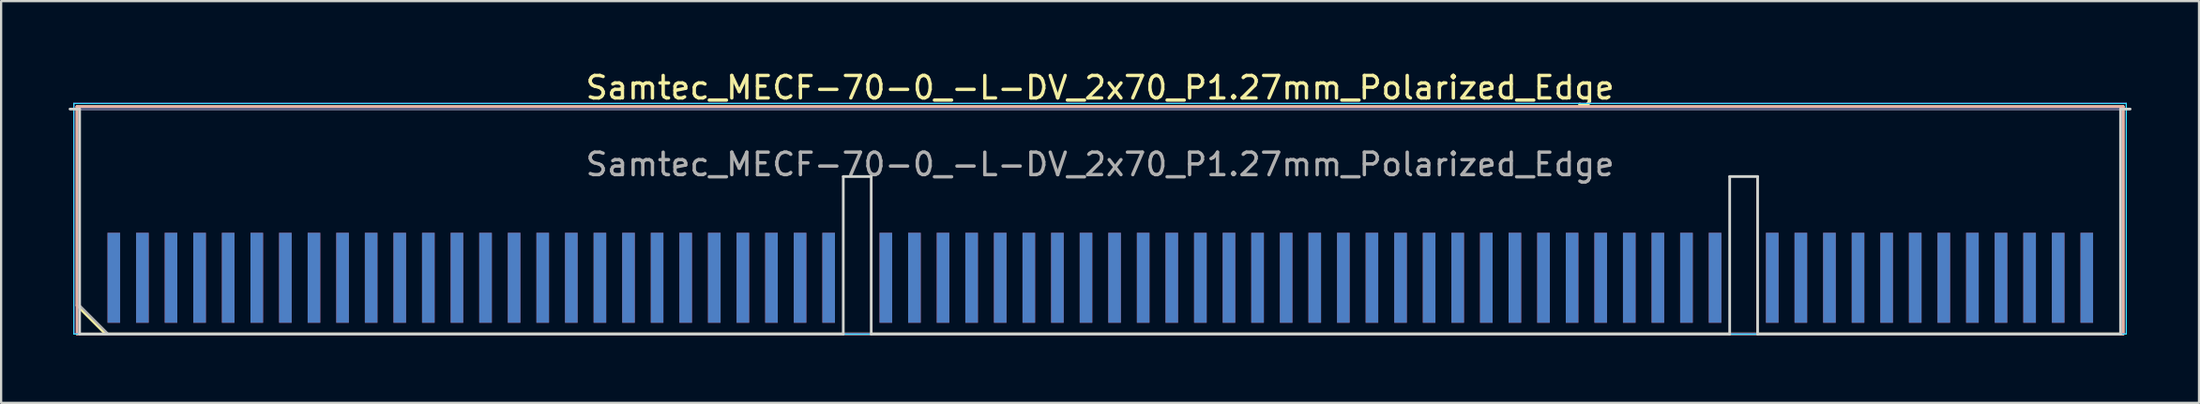
<source format=kicad_pcb>
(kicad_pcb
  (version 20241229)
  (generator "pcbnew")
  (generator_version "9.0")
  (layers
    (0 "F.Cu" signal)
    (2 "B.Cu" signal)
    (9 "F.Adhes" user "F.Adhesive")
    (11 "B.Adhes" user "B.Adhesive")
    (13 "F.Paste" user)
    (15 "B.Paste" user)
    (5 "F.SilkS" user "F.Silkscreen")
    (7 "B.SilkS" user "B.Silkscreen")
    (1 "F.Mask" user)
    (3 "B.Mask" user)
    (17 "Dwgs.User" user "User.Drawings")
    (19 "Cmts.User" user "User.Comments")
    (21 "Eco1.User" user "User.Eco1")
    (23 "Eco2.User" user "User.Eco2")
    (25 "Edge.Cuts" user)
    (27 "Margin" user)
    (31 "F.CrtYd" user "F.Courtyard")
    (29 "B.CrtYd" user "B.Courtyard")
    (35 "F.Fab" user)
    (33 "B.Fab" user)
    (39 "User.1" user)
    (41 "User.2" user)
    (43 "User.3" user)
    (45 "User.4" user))
  (footprint "Samtec_MECF-70-0_-L-DV_2x70_P1.27mm_Polarized_Edge"
    (layer "F.Cu")
    (at 45.81 6.798)
    (property "Reference" "Samtec_MECF-70-0_-L-DV_2x70_P1.27mm_Polarized_Edge" (at 0 -5.95 0) (layer "F.SilkS") (effects (font (size 1 1) (thickness 0.15))))
    (attr exclude_from_pos_files exclude_from_bom)
    (fp_line (start -45.44 -5.11) (end 45.44 -5.11) (stroke (width 0.12) (type solid)) (layer "F.SilkS"))
    (fp_line (start -45.44 3.73) (end -45.44 -5.11) (stroke (width 0.12) (type solid)) (layer "F.SilkS"))
    (fp_line (start -44.17 5) (end -45.44 3.73) (stroke (width 0.12) (type solid)) (layer "F.SilkS"))
    (fp_line (start -44.17 5) (end 45.44 5) (stroke (width 0.12) (type solid)) (layer "F.SilkS"))
    (fp_line (start 45.44 5) (end 45.44 -5.11) (stroke (width 0.12) (type solid)) (layer "F.SilkS"))
    (fp_line (start -45.44 -5.11) (end 45.44 -5.11) (stroke (width 0.12) (type solid)) (layer "B.SilkS"))
    (fp_line (start -45.44 5) (end -45.44 -5.11) (stroke (width 0.12) (type solid)) (layer "B.SilkS"))
    (fp_line (start -45.44 5) (end 45.44 5) (stroke (width 0.12) (type solid)) (layer "B.SilkS"))
    (fp_line (start 45.44 5) (end 45.44 -5.11) (stroke (width 0.12) (type solid)) (layer "B.SilkS"))
    (fp_line (start -45.75 -5) (end -45.325 -5) (stroke (width 0.12) (type solid)) (layer "Edge.Cuts"))
    (fp_line (start -45.325 5) (end -45.325 -5) (stroke (width 0.12) (type solid)) (layer "Edge.Cuts"))
    (fp_line (start -45.325 5) (end -11.405 5) (stroke (width 0.12) (type solid)) (layer "Edge.Cuts"))
    (fp_line (start -11.405 -2) (end -10.165 -2) (stroke (width 0.12) (type solid)) (layer "Edge.Cuts"))
    (fp_line (start -11.405 5) (end -11.405 -2) (stroke (width 0.12) (type solid)) (layer "Edge.Cuts"))
    (fp_line (start -10.165 5) (end -10.165 -2) (stroke (width 0.12) (type solid)) (layer "Edge.Cuts"))
    (fp_line (start -10.165 5) (end 27.965 5) (stroke (width 0.12) (type solid)) (layer "Edge.Cuts"))
    (fp_line (start 27.965 -2) (end 29.205 -2) (stroke (width 0.12) (type solid)) (layer "Edge.Cuts"))
    (fp_line (start 27.965 5) (end 27.965 -2) (stroke (width 0.12) (type solid)) (layer "Edge.Cuts"))
    (fp_line (start 29.205 5) (end 29.205 -2) (stroke (width 0.12) (type solid)) (layer "Edge.Cuts"))
    (fp_line (start 29.205 5) (end 45.325 5) (stroke (width 0.12) (type solid)) (layer "Edge.Cuts"))
    (fp_line (start 45.325 5) (end 45.325 -5) (stroke (width 0.12) (type solid)) (layer "Edge.Cuts"))
    (fp_line (start 45.75 -5) (end 45.325 -5) (stroke (width 0.12) (type solid)) (layer "Edge.Cuts"))
    (fp_line (start -45.58 -5.25) (end -45.58 5) (stroke (width 0.05) (type solid)) (layer "B.CrtYd"))
    (fp_line (start -45.58 5) (end 45.58 5) (stroke (width 0.05) (type solid)) (layer "B.CrtYd"))
    (fp_line (start 45.58 -5.25) (end -45.58 -5.25) (stroke (width 0.05) (type solid)) (layer "B.CrtYd"))
    (fp_line (start 45.58 5) (end 45.58 -5.25) (stroke (width 0.05) (type solid)) (layer "B.CrtYd"))
    (fp_line (start -45.58 -5.25) (end -45.58 5) (stroke (width 0.05) (type solid)) (layer "F.CrtYd"))
    (fp_line (start -45.58 5) (end 45.58 5) (stroke (width 0.05) (type solid)) (layer "F.CrtYd"))
    (fp_line (start 45.58 -5.25) (end -45.58 -5.25) (stroke (width 0.05) (type solid)) (layer "F.CrtYd"))
    (fp_line (start 45.58 5) (end 45.58 -5.25) (stroke (width 0.05) (type solid)) (layer "F.CrtYd"))
    (fp_line (start -45.325 -5) (end 45.325 -5) (stroke (width 0.1) (type solid)) (layer "B.Fab"))
    (fp_line (start -45.325 5) (end -45.325 -5) (stroke (width 0.1) (type solid)) (layer "B.Fab"))
    (fp_line (start -45.325 5) (end 45.325 5) (stroke (width 0.1) (type solid)) (layer "B.Fab"))
    (fp_line (start 45.325 5) (end 45.325 -5) (stroke (width 0.1) (type solid)) (layer "B.Fab"))
    (fp_line (start -45.325 -5) (end 45.325 -5) (stroke (width 0.1) (type solid)) (layer "F.Fab"))
    (fp_line (start -45.325 3.73) (end -45.325 -5) (stroke (width 0.1) (type solid)) (layer "F.Fab"))
    (fp_line (start -45.325 3.73) (end -44.055 5) (stroke (width 0.1) (type solid)) (layer "F.Fab"))
    (fp_line (start -44.055 5) (end 45.325 5) (stroke (width 0.1) (type solid)) (layer "F.Fab"))
    (fp_line (start 45.325 5) (end 45.325 -5) (stroke (width 0.1) (type solid)) (layer "F.Fab"))
    (fp_text user "${REFERENCE}" (at 0 -2.54 0) (layer "F.Fab") (effects (font (size 1 1) (thickness 0.15))))
    (pad "1" connect rect (at -43.805 2.5) (size 0.56 4) (layers "F.Cu" "F.Mask"))
    (pad "2" connect rect (at -43.805 2.5) (size 0.56 4) (layers "B.Cu" "B.Mask"))
    (pad "3" connect rect (at -42.535 2.5) (size 0.56 4) (layers "F.Cu" "F.Mask"))
    (pad "4" connect rect (at -42.535 2.5) (size 0.56 4) (layers "B.Cu" "B.Mask"))
    (pad "5" connect rect (at -41.265 2.5) (size 0.56 4) (layers "F.Cu" "F.Mask"))
    (pad "6" connect rect (at -41.265 2.5) (size 0.56 4) (layers "B.Cu" "B.Mask"))
    (pad "7" connect rect (at -39.995 2.5) (size 0.56 4) (layers "F.Cu" "F.Mask"))
    (pad "8" connect rect (at -39.995 2.5) (size 0.56 4) (layers "B.Cu" "B.Mask"))
    (pad "9" connect rect (at -38.725 2.5) (size 0.56 4) (layers "F.Cu" "F.Mask"))
    (pad "10" connect rect (at -38.725 2.5) (size 0.56 4) (layers "B.Cu" "B.Mask"))
    (pad "11" connect rect (at -37.455 2.5) (size 0.56 4) (layers "F.Cu" "F.Mask"))
    (pad "12" connect rect (at -37.455 2.5) (size 0.56 4) (layers "B.Cu" "B.Mask"))
    (pad "13" connect rect (at -36.185 2.5) (size 0.56 4) (layers "F.Cu" "F.Mask"))
    (pad "14" connect rect (at -36.185 2.5) (size 0.56 4) (layers "B.Cu" "B.Mask"))
    (pad "15" connect rect (at -34.915 2.5) (size 0.56 4) (layers "F.Cu" "F.Mask"))
    (pad "16" connect rect (at -34.915 2.5) (size 0.56 4) (layers "B.Cu" "B.Mask"))
    (pad "17" connect rect (at -33.645 2.5) (size 0.56 4) (layers "F.Cu" "F.Mask"))
    (pad "18" connect rect (at -33.645 2.5) (size 0.56 4) (layers "B.Cu" "B.Mask"))
    (pad "19" connect rect (at -32.375 2.5) (size 0.56 4) (layers "F.Cu" "F.Mask"))
    (pad "20" connect rect (at -32.375 2.5) (size 0.56 4) (layers "B.Cu" "B.Mask"))
    (pad "21" connect rect (at -31.105 2.5) (size 0.56 4) (layers "F.Cu" "F.Mask"))
    (pad "22" connect rect (at -31.105 2.5) (size 0.56 4) (layers "B.Cu" "B.Mask"))
    (pad "23" connect rect (at -29.835 2.5) (size 0.56 4) (layers "F.Cu" "F.Mask"))
    (pad "24" connect rect (at -29.835 2.5) (size 0.56 4) (layers "B.Cu" "B.Mask"))
    (pad "25" connect rect (at -28.565 2.5) (size 0.56 4) (layers "F.Cu" "F.Mask"))
    (pad "26" connect rect (at -28.565 2.5) (size 0.56 4) (layers "B.Cu" "B.Mask"))
    (pad "27" connect rect (at -27.295 2.5) (size 0.56 4) (layers "F.Cu" "F.Mask"))
    (pad "28" connect rect (at -27.295 2.5) (size 0.56 4) (layers "B.Cu" "B.Mask"))
    (pad "29" connect rect (at -26.025 2.5) (size 0.56 4) (layers "F.Cu" "F.Mask"))
    (pad "30" connect rect (at -26.025 2.5) (size 0.56 4) (layers "B.Cu" "B.Mask"))
    (pad "31" connect rect (at -24.755 2.5) (size 0.56 4) (layers "F.Cu" "F.Mask"))
    (pad "32" connect rect (at -24.755 2.5) (size 0.56 4) (layers "B.Cu" "B.Mask"))
    (pad "33" connect rect (at -23.485 2.5) (size 0.56 4) (layers "F.Cu" "F.Mask"))
    (pad "34" connect rect (at -23.485 2.5) (size 0.56 4) (layers "B.Cu" "B.Mask"))
    (pad "35" connect rect (at -22.215 2.5) (size 0.56 4) (layers "F.Cu" "F.Mask"))
    (pad "36" connect rect (at -22.215 2.5) (size 0.56 4) (layers "B.Cu" "B.Mask"))
    (pad "37" connect rect (at -20.945 2.5) (size 0.56 4) (layers "F.Cu" "F.Mask"))
    (pad "38" connect rect (at -20.945 2.5) (size 0.56 4) (layers "B.Cu" "B.Mask"))
    (pad "39" connect rect (at -19.675 2.5) (size 0.56 4) (layers "F.Cu" "F.Mask"))
    (pad "40" connect rect (at -19.675 2.5) (size 0.56 4) (layers "B.Cu" "B.Mask"))
    (pad "41" connect rect (at -18.405 2.5) (size 0.56 4) (layers "F.Cu" "F.Mask"))
    (pad "42" connect rect (at -18.405 2.5) (size 0.56 4) (layers "B.Cu" "B.Mask"))
    (pad "43" connect rect (at -17.135 2.5) (size 0.56 4) (layers "F.Cu" "F.Mask"))
    (pad "44" connect rect (at -17.135 2.5) (size 0.56 4) (layers "B.Cu" "B.Mask"))
    (pad "45" connect rect (at -15.865 2.5) (size 0.56 4) (layers "F.Cu" "F.Mask"))
    (pad "46" connect rect (at -15.865 2.5) (size 0.56 4) (layers "B.Cu" "B.Mask"))
    (pad "47" connect rect (at -14.595 2.5) (size 0.56 4) (layers "F.Cu" "F.Mask"))
    (pad "48" connect rect (at -14.595 2.5) (size 0.56 4) (layers "B.Cu" "B.Mask"))
    (pad "49" connect rect (at -13.325 2.5) (size 0.56 4) (layers "F.Cu" "F.Mask"))
    (pad "50" connect rect (at -13.325 2.5) (size 0.56 4) (layers "B.Cu" "B.Mask"))
    (pad "51" connect rect (at -12.055 2.5) (size 0.56 4) (layers "F.Cu" "F.Mask"))
    (pad "52" connect rect (at -12.055 2.5) (size 0.56 4) (layers "B.Cu" "B.Mask"))
    (pad "55" connect rect (at -9.515 2.5) (size 0.56 4) (layers "F.Cu" "F.Mask"))
    (pad "56" connect rect (at -9.515 2.5) (size 0.56 4) (layers "B.Cu" "B.Mask"))
    (pad "57" connect rect (at -8.245 2.5) (size 0.56 4) (layers "F.Cu" "F.Mask"))
    (pad "58" connect rect (at -8.245 2.5) (size 0.56 4) (layers "B.Cu" "B.Mask"))
    (pad "59" connect rect (at -6.975 2.5) (size 0.56 4) (layers "F.Cu" "F.Mask"))
    (pad "60" connect rect (at -6.975 2.5) (size 0.56 4) (layers "B.Cu" "B.Mask"))
    (pad "61" connect rect (at -5.705 2.5) (size 0.56 4) (layers "F.Cu" "F.Mask"))
    (pad "62" connect rect (at -5.705 2.5) (size 0.56 4) (layers "B.Cu" "B.Mask"))
    (pad "63" connect rect (at -4.435 2.5) (size 0.56 4) (layers "F.Cu" "F.Mask"))
    (pad "64" connect rect (at -4.435 2.5) (size 0.56 4) (layers "B.Cu" "B.Mask"))
    (pad "65" connect rect (at -3.165 2.5) (size 0.56 4) (layers "F.Cu" "F.Mask"))
    (pad "66" connect rect (at -3.165 2.5) (size 0.56 4) (layers "B.Cu" "B.Mask"))
    (pad "67" connect rect (at -1.895 2.5) (size 0.56 4) (layers "F.Cu" "F.Mask"))
    (pad "68" connect rect (at -1.895 2.5) (size 0.56 4) (layers "B.Cu" "B.Mask"))
    (pad "69" connect rect (at -0.625 2.5) (size 0.56 4) (layers "F.Cu" "F.Mask"))
    (pad "70" connect rect (at -0.625 2.5) (size 0.56 4) (layers "B.Cu" "B.Mask"))
    (pad "71" connect rect (at 0.645 2.5) (size 0.56 4) (layers "F.Cu" "F.Mask"))
    (pad "72" connect rect (at 0.645 2.5) (size 0.56 4) (layers "B.Cu" "B.Mask"))
    (pad "73" connect rect (at 1.915 2.5) (size 0.56 4) (layers "F.Cu" "F.Mask"))
    (pad "74" connect rect (at 1.915 2.5) (size 0.56 4) (layers "B.Cu" "B.Mask"))
    (pad "75" connect rect (at 3.185 2.5) (size 0.56 4) (layers "F.Cu" "F.Mask"))
    (pad "76" connect rect (at 3.185 2.5) (size 0.56 4) (layers "B.Cu" "B.Mask"))
    (pad "77" connect rect (at 4.455 2.5) (size 0.56 4) (layers "F.Cu" "F.Mask"))
    (pad "78" connect rect (at 4.455 2.5) (size 0.56 4) (layers "B.Cu" "B.Mask"))
    (pad "79" connect rect (at 5.725 2.5) (size 0.56 4) (layers "F.Cu" "F.Mask"))
    (pad "80" connect rect (at 5.725 2.5) (size 0.56 4) (layers "B.Cu" "B.Mask"))
    (pad "81" connect rect (at 6.995 2.5) (size 0.56 4) (layers "F.Cu" "F.Mask"))
    (pad "82" connect rect (at 6.995 2.5) (size 0.56 4) (layers "B.Cu" "B.Mask"))
    (pad "83" connect rect (at 8.265 2.5) (size 0.56 4) (layers "F.Cu" "F.Mask"))
    (pad "84" connect rect (at 8.265 2.5) (size 0.56 4) (layers "B.Cu" "B.Mask"))
    (pad "85" connect rect (at 9.535 2.5) (size 0.56 4) (layers "F.Cu" "F.Mask"))
    (pad "86" connect rect (at 9.535 2.5) (size 0.56 4) (layers "B.Cu" "B.Mask"))
    (pad "87" connect rect (at 10.805 2.5) (size 0.56 4) (layers "F.Cu" "F.Mask"))
    (pad "88" connect rect (at 10.805 2.5) (size 0.56 4) (layers "B.Cu" "B.Mask"))
    (pad "89" connect rect (at 12.075 2.5) (size 0.56 4) (layers "F.Cu" "F.Mask"))
    (pad "90" connect rect (at 12.075 2.5) (size 0.56 4) (layers "B.Cu" "B.Mask"))
    (pad "91" connect rect (at 13.345 2.5) (size 0.56 4) (layers "F.Cu" "F.Mask"))
    (pad "92" connect rect (at 13.345 2.5) (size 0.56 4) (layers "B.Cu" "B.Mask"))
    (pad "93" connect rect (at 14.615 2.5) (size 0.56 4) (layers "F.Cu" "F.Mask"))
    (pad "94" connect rect (at 14.615 2.5) (size 0.56 4) (layers "B.Cu" "B.Mask"))
    (pad "95" connect rect (at 15.885 2.5) (size 0.56 4) (layers "F.Cu" "F.Mask"))
    (pad "96" connect rect (at 15.885 2.5) (size 0.56 4) (layers "B.Cu" "B.Mask"))
    (pad "97" connect rect (at 17.155 2.5) (size 0.56 4) (layers "F.Cu" "F.Mask"))
    (pad "98" connect rect (at 17.155 2.5) (size 0.56 4) (layers "B.Cu" "B.Mask"))
    (pad "99" connect rect (at 18.425 2.5) (size 0.56 4) (layers "F.Cu" "F.Mask"))
    (pad "100" connect rect (at 18.425 2.5) (size 0.56 4) (layers "B.Cu" "B.Mask"))
    (pad "101" connect rect (at 19.695 2.5) (size 0.56 4) (layers "F.Cu" "F.Mask"))
    (pad "102" connect rect (at 19.695 2.5) (size 0.56 4) (layers "B.Cu" "B.Mask"))
    (pad "103" connect rect (at 20.965 2.5) (size 0.56 4) (layers "F.Cu" "F.Mask"))
    (pad "104" connect rect (at 20.965 2.5) (size 0.56 4) (layers "B.Cu" "B.Mask"))
    (pad "105" connect rect (at 22.235 2.5) (size 0.56 4) (layers "F.Cu" "F.Mask"))
    (pad "106" connect rect (at 22.235 2.5) (size 0.56 4) (layers "B.Cu" "B.Mask"))
    (pad "107" connect rect (at 23.505 2.5) (size 0.56 4) (layers "F.Cu" "F.Mask"))
    (pad "108" connect rect (at 23.505 2.5) (size 0.56 4) (layers "B.Cu" "B.Mask"))
    (pad "109" connect rect (at 24.775 2.5) (size 0.56 4) (layers "F.Cu" "F.Mask"))
    (pad "110" connect rect (at 24.775 2.5) (size 0.56 4) (layers "B.Cu" "B.Mask"))
    (pad "111" connect rect (at 26.045 2.5) (size 0.56 4) (layers "F.Cu" "F.Mask"))
    (pad "112" connect rect (at 26.045 2.5) (size 0.56 4) (layers "B.Cu" "B.Mask"))
    (pad "113" connect rect (at 27.315 2.5) (size 0.56 4) (layers "F.Cu" "F.Mask"))
    (pad "114" connect rect (at 27.315 2.5) (size 0.56 4) (layers "B.Cu" "B.Mask"))
    (pad "117" connect rect (at 29.855 2.5) (size 0.56 4) (layers "F.Cu" "F.Mask"))
    (pad "118" connect rect (at 29.855 2.5) (size 0.56 4) (layers "B.Cu" "B.Mask"))
    (pad "119" connect rect (at 31.125 2.5) (size 0.56 4) (layers "F.Cu" "F.Mask"))
    (pad "120" connect rect (at 31.125 2.5) (size 0.56 4) (layers "B.Cu" "B.Mask"))
    (pad "121" connect rect (at 32.395 2.5) (size 0.56 4) (layers "F.Cu" "F.Mask"))
    (pad "122" connect rect (at 32.395 2.5) (size 0.56 4) (layers "B.Cu" "B.Mask"))
    (pad "123" connect rect (at 33.665 2.5) (size 0.56 4) (layers "F.Cu" "F.Mask"))
    (pad "124" connect rect (at 33.665 2.5) (size 0.56 4) (layers "B.Cu" "B.Mask"))
    (pad "125" connect rect (at 34.935 2.5) (size 0.56 4) (layers "F.Cu" "F.Mask"))
    (pad "126" connect rect (at 34.935 2.5) (size 0.56 4) (layers "B.Cu" "B.Mask"))
    (pad "127" connect rect (at 36.205 2.5) (size 0.56 4) (layers "F.Cu" "F.Mask"))
    (pad "128" connect rect (at 36.205 2.5) (size 0.56 4) (layers "B.Cu" "B.Mask"))
    (pad "129" connect rect (at 37.475 2.5) (size 0.56 4) (layers "F.Cu" "F.Mask"))
    (pad "130" connect rect (at 37.475 2.5) (size 0.56 4) (layers "B.Cu" "B.Mask"))
    (pad "131" connect rect (at 38.745 2.5) (size 0.56 4) (layers "F.Cu" "F.Mask"))
    (pad "132" connect rect (at 38.745 2.5) (size 0.56 4) (layers "B.Cu" "B.Mask"))
    (pad "133" connect rect (at 40.015 2.5) (size 0.56 4) (layers "F.Cu" "F.Mask"))
    (pad "134" connect rect (at 40.015 2.5) (size 0.56 4) (layers "B.Cu" "B.Mask"))
    (pad "135" connect rect (at 41.285 2.5) (size 0.56 4) (layers "F.Cu" "F.Mask"))
    (pad "136" connect rect (at 41.285 2.5) (size 0.56 4) (layers "B.Cu" "B.Mask"))
    (pad "137" connect rect (at 42.555 2.5) (size 0.56 4) (layers "F.Cu" "F.Mask"))
    (pad "138" connect rect (at 42.555 2.5) (size 0.56 4) (layers "B.Cu" "B.Mask"))
    (pad "139" connect rect (at 43.825 2.5) (size 0.56 4) (layers "F.Cu" "F.Mask"))
    (pad "140" connect rect (at 43.825 2.5) (size 0.56 4) (layers "B.Cu" "B.Mask")))
  (gr_rect
    (start -3 -3)
    (end 94.62 14.858)
    (stroke (width 0.1) (type default))
    (fill no)
    (layer "Edge.Cuts")))
</source>
